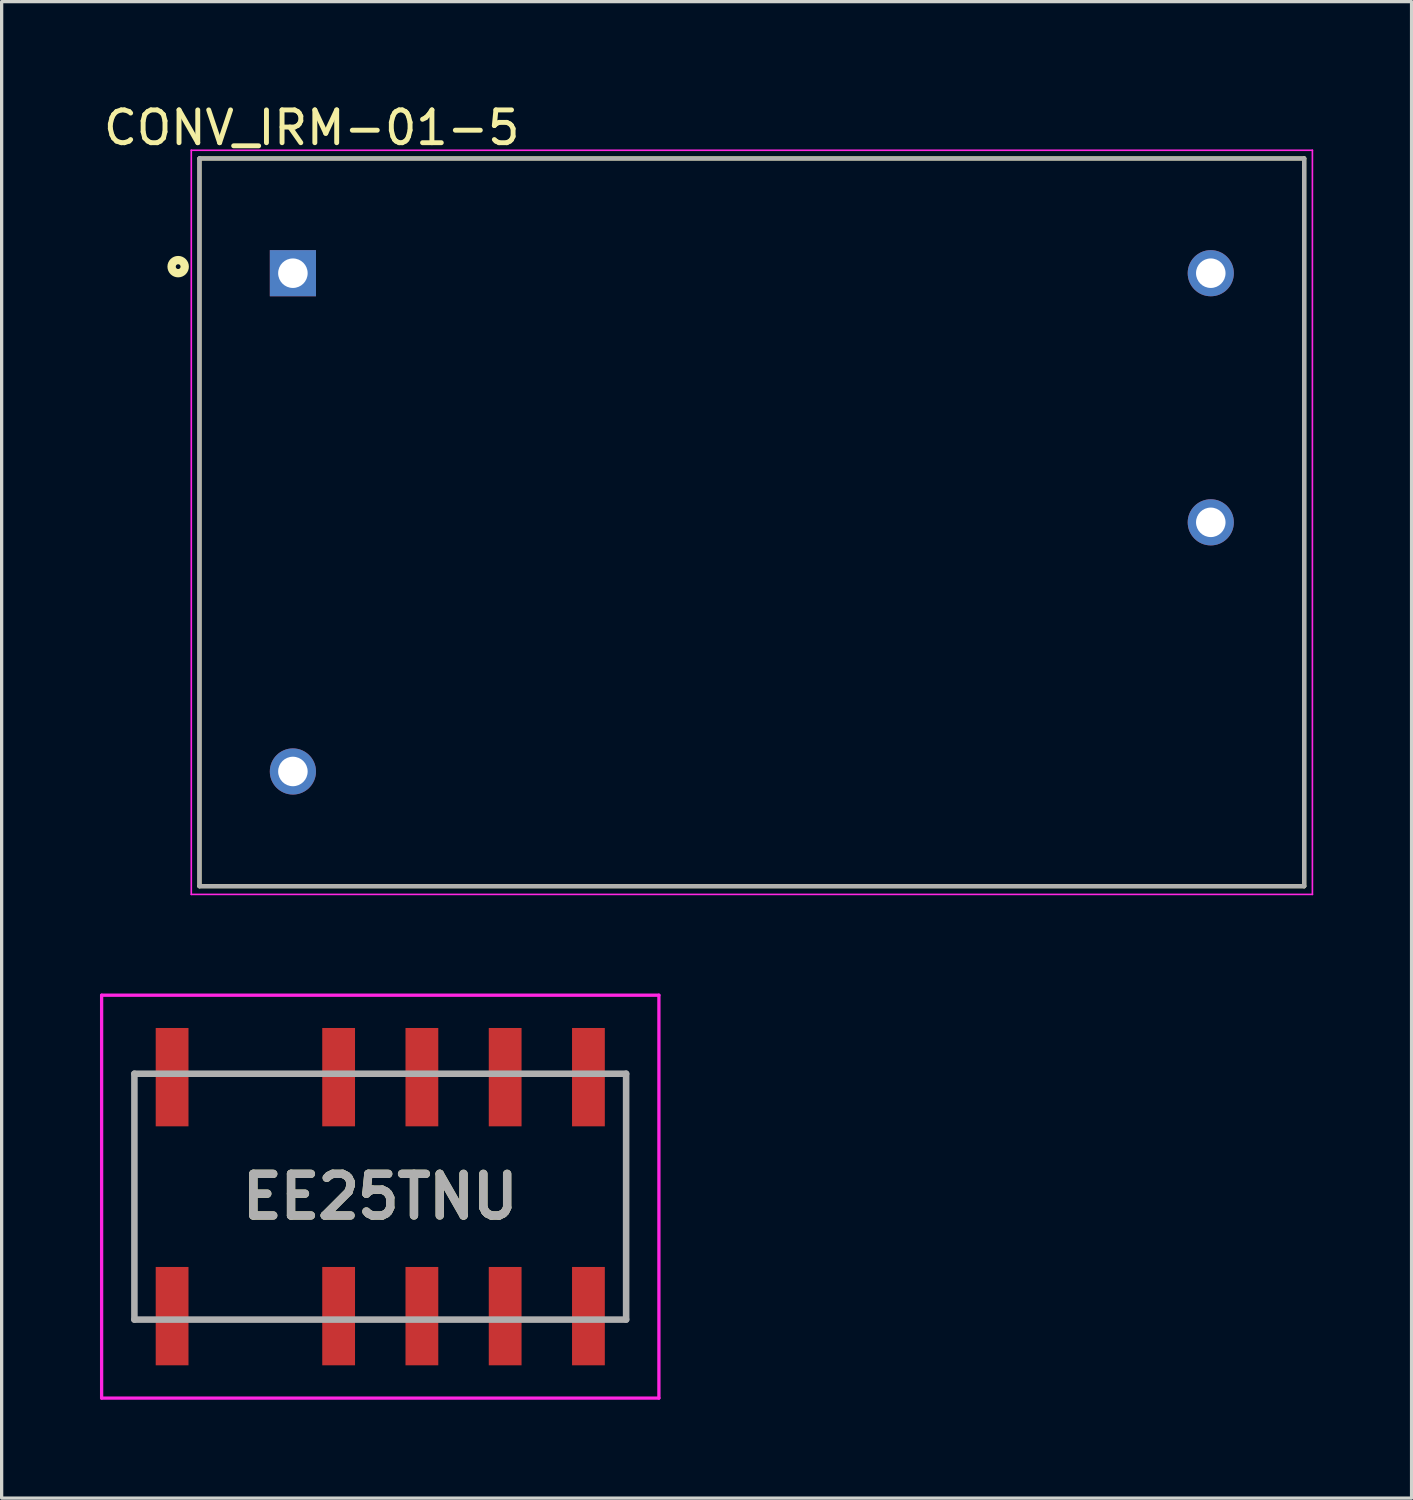
<source format=kicad_pcb>
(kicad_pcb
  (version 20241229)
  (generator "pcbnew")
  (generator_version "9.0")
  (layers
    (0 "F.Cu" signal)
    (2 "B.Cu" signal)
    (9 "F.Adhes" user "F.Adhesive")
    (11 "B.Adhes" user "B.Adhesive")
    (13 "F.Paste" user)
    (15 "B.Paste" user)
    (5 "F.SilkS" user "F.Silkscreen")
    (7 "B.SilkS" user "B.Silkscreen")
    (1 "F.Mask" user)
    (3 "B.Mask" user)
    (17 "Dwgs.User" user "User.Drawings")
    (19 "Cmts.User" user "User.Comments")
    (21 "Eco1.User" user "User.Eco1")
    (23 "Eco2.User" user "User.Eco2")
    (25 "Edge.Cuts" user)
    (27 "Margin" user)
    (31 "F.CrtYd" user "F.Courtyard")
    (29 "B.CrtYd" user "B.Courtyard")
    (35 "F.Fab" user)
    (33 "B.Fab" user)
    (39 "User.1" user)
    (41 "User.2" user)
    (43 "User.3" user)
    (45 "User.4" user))
  (footprint "EE25TNU"
    (layer "F.Cu")
    (at 8.55 33.454)
    (property "Reference" "EE25TNU" (at 0 0 0) (layer "F.SilkS") (effects (font (size 1.27 1.27) (thickness 0.254))))
    (attr smd)
    (fp_line (start -7.5 -3.75) (end -7.5 3.645) (stroke (width 0.1) (type solid)) (layer "F.SilkS"))
    (fp_line (start 7.5 -3.75) (end 7.5 3.645) (stroke (width 0.1) (type solid)) (layer "F.SilkS"))
    (fp_line (start 7.5 3.645) (end 7.5 3.645) (stroke (width 0.1) (type solid)) (layer "F.SilkS"))
    (fp_line (start -8.5 -6.145) (end 8.5 -6.145) (stroke (width 0.1) (type solid)) (layer "F.CrtYd"))
    (fp_line (start -8.5 6.145) (end -8.5 -6.145) (stroke (width 0.1) (type solid)) (layer "F.CrtYd"))
    (fp_line (start 8.5 -6.145) (end 8.5 6.145) (stroke (width 0.1) (type solid)) (layer "F.CrtYd"))
    (fp_line (start 8.5 6.145) (end -8.5 6.145) (stroke (width 0.1) (type solid)) (layer "F.CrtYd"))
    (fp_line (start -7.5 -3.75) (end 7.5 -3.75) (stroke (width 0.2) (type solid)) (layer "F.Fab"))
    (fp_line (start -7.5 3.75) (end -7.5 -3.75) (stroke (width 0.2) (type solid)) (layer "F.Fab"))
    (fp_line (start 7.5 -3.75) (end 7.5 3.75) (stroke (width 0.2) (type solid)) (layer "F.Fab"))
    (fp_line (start 7.5 3.75) (end -7.5 3.75) (stroke (width 0.2) (type solid)) (layer "F.Fab"))
    (fp_text user "${REFERENCE}" (at 0 0 0) (layer "F.Fab") (effects (font (size 1.27 1.27) (thickness 0.254))))
    (pad "1" smd rect (at -6.35 3.645) (size 1 3) (layers "F.Cu" "F.Mask" "F.Paste"))
    (pad "3" smd rect (at -1.27 3.645) (size 1 3) (layers "F.Cu" "F.Mask" "F.Paste"))
    (pad "4" smd rect (at 1.27 3.645) (size 1 3) (layers "F.Cu" "F.Mask" "F.Paste"))
    (pad "5" smd rect (at 3.81 3.645) (size 1 3) (layers "F.Cu" "F.Mask" "F.Paste"))
    (pad "6" smd rect (at 6.35 3.645) (size 1 3) (layers "F.Cu" "F.Mask" "F.Paste"))
    (pad "7" smd rect (at 6.35 -3.645) (size 1 3) (layers "F.Cu" "F.Mask" "F.Paste"))
    (pad "8" smd rect (at 3.81 -3.645) (size 1 3) (layers "F.Cu" "F.Mask" "F.Paste"))
    (pad "9" smd rect (at 1.27 -3.645) (size 1 3) (layers "F.Cu" "F.Mask" "F.Paste"))
    (pad "10" smd rect (at -1.27 -3.645) (size 1 3) (layers "F.Cu" "F.Mask" "F.Paste"))
    (pad "12" smd rect (at -6.35 -3.645) (size 1 3) (layers "F.Cu" "F.Mask" "F.Paste")))
  (footprint "CONV_IRM-01-5"
    (layer "F.Cu")
    (at 19.885 12.884)
    (property "Reference" "CONV_IRM-01-5" (at -13.426 -12.036 0) (layer "F.SilkS") (effects (font (size 1 1) (thickness 0.15))))
    (attr through_hole)
    (fp_line (start -16.85 -11.1) (end 16.85 -11.1) (stroke (width 0.127) (type solid)) (layer "F.SilkS"))
    (fp_line (start -16.85 11.1) (end -16.85 -11.1) (stroke (width 0.127) (type solid)) (layer "F.SilkS"))
    (fp_line (start 16.85 -11.1) (end 16.85 11.1) (stroke (width 0.127) (type solid)) (layer "F.SilkS"))
    (fp_line (start 16.85 11.1) (end -16.85 11.1) (stroke (width 0.127) (type solid)) (layer "F.SilkS"))
    (fp_circle (center -17.5 -7.8) (end -17.3 -7.8) (stroke (width 0.254) (type solid)) (fill no) (layer "F.SilkS"))
    (fp_line (start -17.1 -11.35) (end 17.1 -11.35) (stroke (width 0.05) (type solid)) (layer "F.CrtYd"))
    (fp_line (start -17.1 11.35) (end -17.1 -11.35) (stroke (width 0.05) (type solid)) (layer "F.CrtYd"))
    (fp_line (start 17.1 -11.35) (end 17.1 11.35) (stroke (width 0.05) (type solid)) (layer "F.CrtYd"))
    (fp_line (start 17.1 11.35) (end -17.1 11.35) (stroke (width 0.05) (type solid)) (layer "F.CrtYd"))
    (fp_line (start -16.85 -11.1) (end 16.85 -11.1) (stroke (width 0.127) (type solid)) (layer "F.Fab"))
    (fp_line (start -16.85 11.1) (end -16.85 -11.1) (stroke (width 0.127) (type solid)) (layer "F.Fab"))
    (fp_line (start 16.85 -11.1) (end 16.85 11.1) (stroke (width 0.127) (type solid)) (layer "F.Fab"))
    (fp_line (start 16.85 11.1) (end -16.85 11.1) (stroke (width 0.127) (type solid)) (layer "F.Fab"))
    (pad "1" thru_hole rect (at -14 -7.6) (size 1.408 1.408) (drill 0.9) (layers "*.Cu" "*.Mask"))
    (pad "2" thru_hole circle (at -14 7.6) (size 1.408 1.408) (drill 0.9) (layers "*.Cu" "*.Mask"))
    (pad "3" thru_hole circle (at 14 0) (size 1.408 1.408) (drill 0.9) (layers "*.Cu" "*.Mask"))
    (pad "4" thru_hole circle (at 14 -7.6) (size 1.408 1.408) (drill 0.9) (layers "*.Cu" "*.Mask")))
  (gr_rect
    (start -3 -3)
    (end 40.01 42.649)
    (stroke (width 0.1) (type default))
    (fill no)
    (layer "Edge.Cuts")))
</source>
